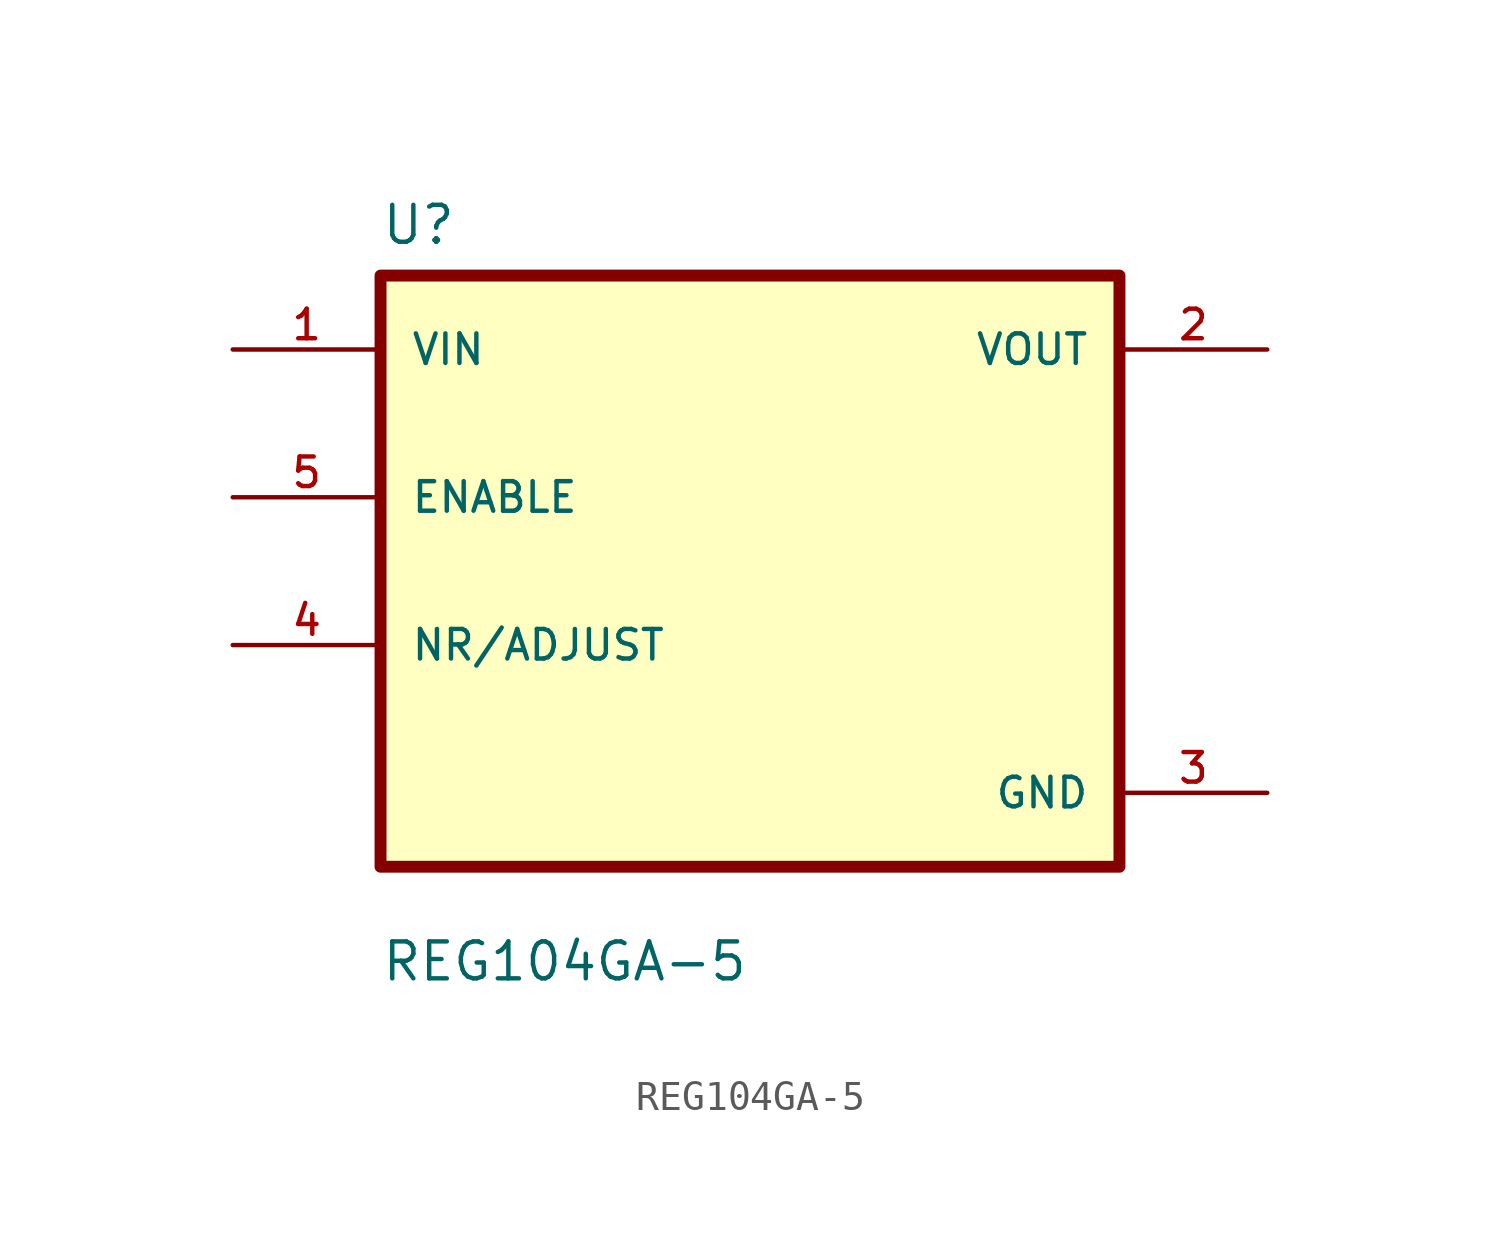
<source format=kicad_sym>
(kicad_symbol_lib
  (version 20211014)
  (generator kicad_symbol_editor)
  (symbol "REG104GA-5"
    (pin_names
      (offset 1.016))
    (property "Reference" "U"
      (at -12.7 11.16 0.0)
      (effects (font (size 1.27 1.27)) (justify bottom left)))
    (property "Value" "REG104GA-5"
      (at -12.7 -14.16 0.0)
      (effects (font (size 1.27 1.27)) (justify bottom left)))
    (symbol "REG104GA-5_0_0"
      (rectangle (start -12.7 -10.16) (end 12.7 10.16) (stroke (width 0.41)) (fill (type background)))
      (pin input line (at -17.78 7.62 0) (length 5.08) (name "VIN" (effects (font (size 1.016 1.016)))) (number "1" (effects (font (size 1.016 1.016)))))
      (pin bidirectional line (at -17.78 2.54 0) (length 5.08) (name "ENABLE" (effects (font (size 1.016 1.016)))) (number "5" (effects (font (size 1.016 1.016)))))
      (pin bidirectional line (at -17.78 -2.54 0) (length 5.08) (name "NR/ADJUST" (effects (font (size 1.016 1.016)))) (number "4" (effects (font (size 1.016 1.016)))))
      (pin output line (at 17.78 7.62 180.0) (length 5.08) (name "VOUT" (effects (font (size 1.016 1.016)))) (number "2" (effects (font (size 1.016 1.016)))))
      (pin power_in line (at 17.78 -7.62 180.0) (length 5.08) (name "GND" (effects (font (size 1.016 1.016)))) (number "3" (effects (font (size 1.016 1.016))))))))
</source>
